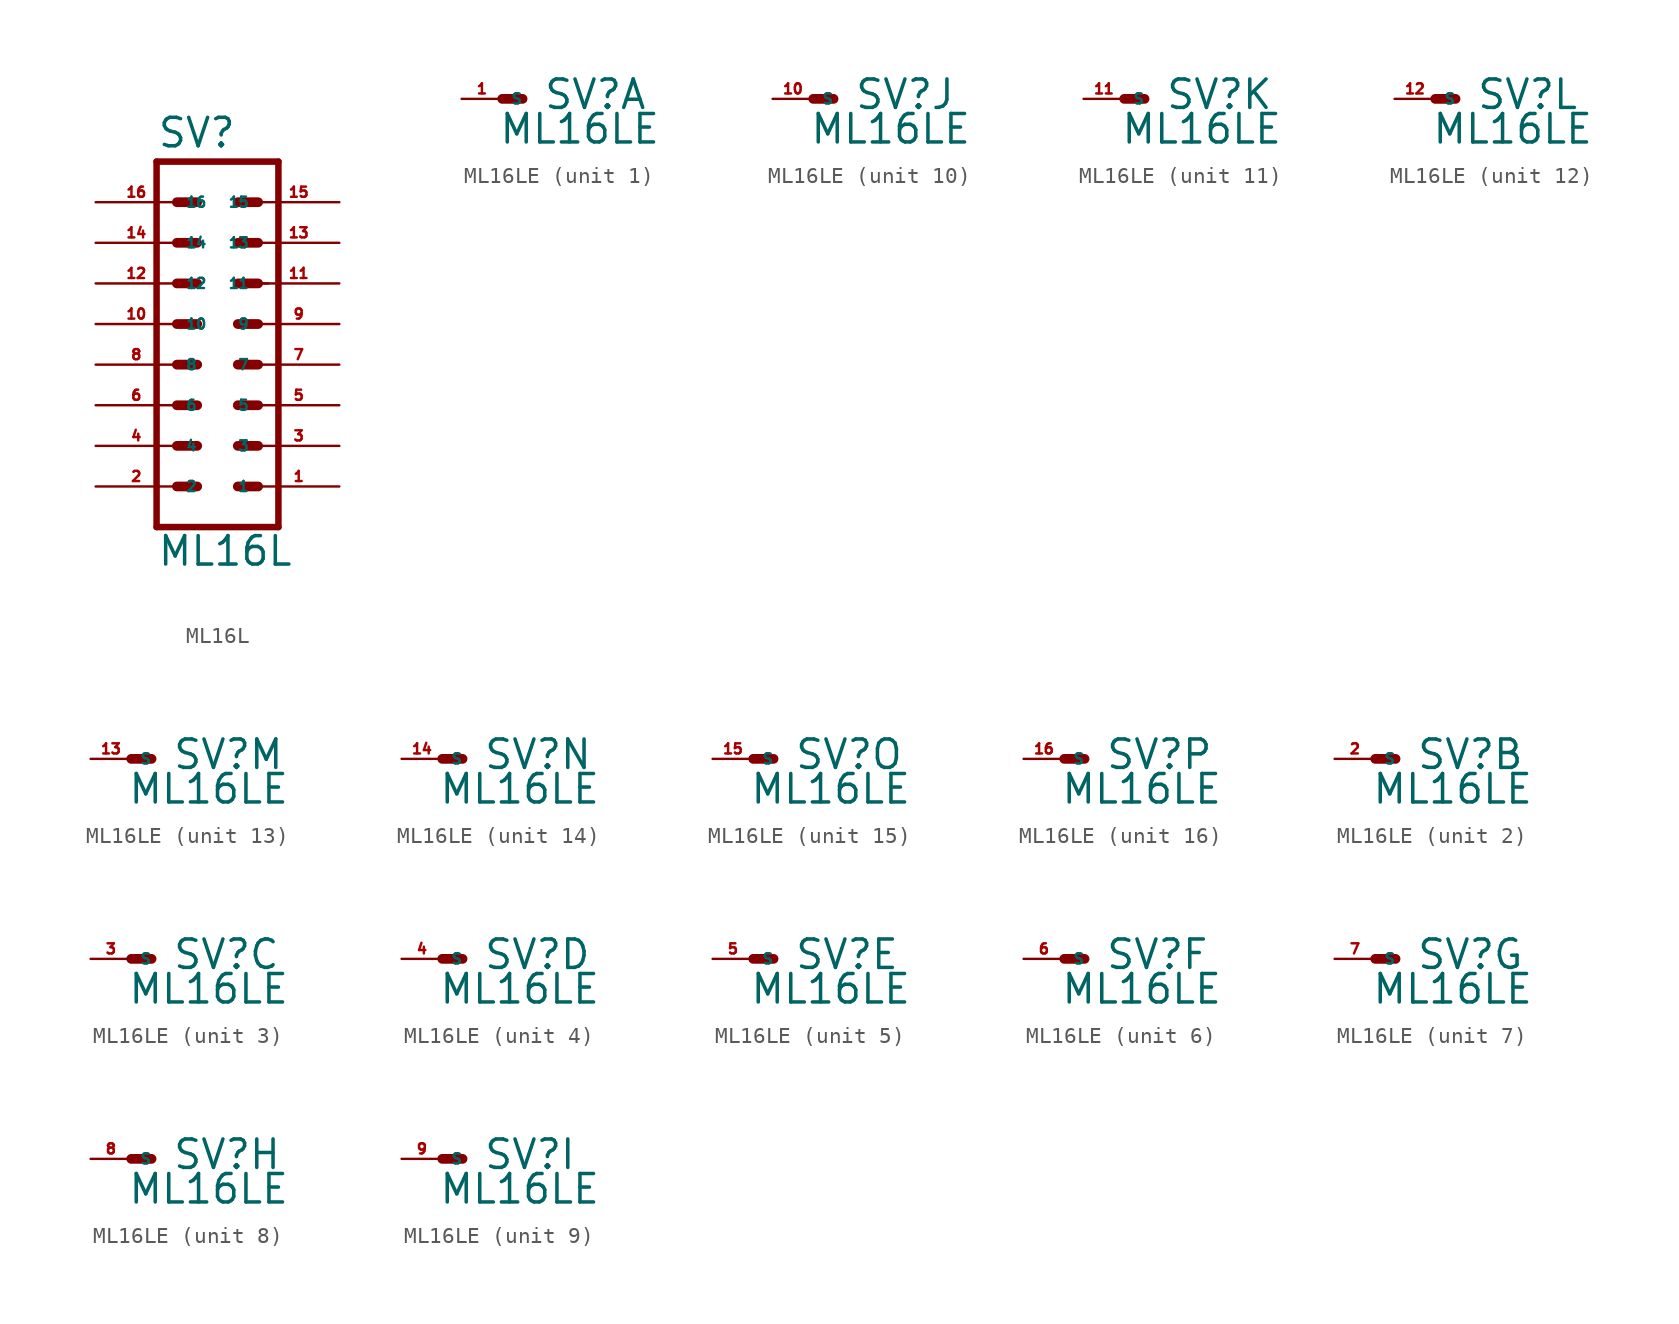
<source format=kicad_sym>
(kicad_symbol_lib
  (version 20220914)
  (generator Eagle2Kicad)
  (symbol "ML16L"
    (property "Reference" "SV"
      (at -3.81 10.922 0)
      (effects (font (size 1.778 1.778) (thickness 0.22)) (justify left bottom)))
    (property "Value" "ML16L"
      (at -3.81 -15.24 0)
      (effects (font (size 1.778 1.778) (thickness 0.22)) (justify left bottom)))
    (polyline
      (pts (xy 3.81 -12.7) (xy -3.81 -12.7))
      (stroke (width 0.406) (type default))
      (fill (type none)))
    (polyline
      (pts (xy -3.81 10.16) (xy -3.81 -12.7))
      (stroke (width 0.406) (type default))
      (fill (type none)))
    (polyline
      (pts (xy -3.81 10.16) (xy 3.81 10.16))
      (stroke (width 0.406) (type default))
      (fill (type none)))
    (polyline
      (pts (xy 3.81 -12.7) (xy 3.81 10.16))
      (stroke (width 0.406) (type default))
      (fill (type none)))
    (polyline
      (pts (xy 2.54 2.54) (xy 3.175 2.54))
      (stroke (width 0.152) (type default))
      (fill (type none)))
    (polyline
      (pts (xy 1.27 0) (xy 2.54 0))
      (stroke (width 0.61) (type default))
      (fill (type none)))
    (polyline
      (pts (xy 1.27 -2.54) (xy 2.54 -2.54))
      (stroke (width 0.61) (type default))
      (fill (type none)))
    (polyline
      (pts (xy 1.27 -5.08) (xy 2.54 -5.08))
      (stroke (width 0.61) (type default))
      (fill (type none)))
    (polyline
      (pts (xy 1.27 -7.62) (xy 2.54 -7.62))
      (stroke (width 0.61) (type default))
      (fill (type none)))
    (polyline
      (pts (xy 1.27 -10.16) (xy 2.54 -10.16))
      (stroke (width 0.61) (type default))
      (fill (type none)))
    (polyline
      (pts (xy -2.54 0) (xy -1.27 0))
      (stroke (width 0.61) (type default))
      (fill (type none)))
    (polyline
      (pts (xy -2.54 -2.54) (xy -1.27 -2.54))
      (stroke (width 0.61) (type default))
      (fill (type none)))
    (polyline
      (pts (xy -2.54 -5.08) (xy -1.27 -5.08))
      (stroke (width 0.61) (type default))
      (fill (type none)))
    (polyline
      (pts (xy -2.54 -7.62) (xy -1.27 -7.62))
      (stroke (width 0.61) (type default))
      (fill (type none)))
    (polyline
      (pts (xy -2.54 -10.16) (xy -1.27 -10.16))
      (stroke (width 0.61) (type default))
      (fill (type none)))
    (polyline
      (pts (xy 1.27 2.54) (xy 2.54 2.54))
      (stroke (width 0.61) (type default))
      (fill (type none)))
    (polyline
      (pts (xy 1.27 5.08) (xy 2.54 5.08))
      (stroke (width 0.61) (type default))
      (fill (type none)))
    (polyline
      (pts (xy 1.27 7.62) (xy 2.54 7.62))
      (stroke (width 0.61) (type default))
      (fill (type none)))
    (polyline
      (pts (xy -2.54 2.54) (xy -1.27 2.54))
      (stroke (width 0.61) (type default))
      (fill (type none)))
    (polyline
      (pts (xy -2.54 5.08) (xy -1.27 5.08))
      (stroke (width 0.61) (type default))
      (fill (type none)))
    (polyline
      (pts (xy -2.54 7.62) (xy -1.27 7.62))
      (stroke (width 0.61) (type default))
      (fill (type none)))
    (pin passive line
      (at 7.62 -10.16 180)
      (length 5.08)
      (name "1" (effects (font (size 0.635 0.635) (thickness 0.08)) (justify left bottom)))
      (number "1" (effects (font (size 0.635 0.635) (thickness 0.08)) (justify left bottom))))
    (pin passive line
      (at 7.62 -7.62 180)
      (length 5.08)
      (name "3" (effects (font (size 0.635 0.635) (thickness 0.08)) (justify left bottom)))
      (number "3" (effects (font (size 0.635 0.635) (thickness 0.08)) (justify left bottom))))
    (pin passive line
      (at 7.62 -5.08 180)
      (length 5.08)
      (name "5" (effects (font (size 0.635 0.635) (thickness 0.08)) (justify left bottom)))
      (number "5" (effects (font (size 0.635 0.635) (thickness 0.08)) (justify left bottom))))
    (pin passive line
      (at 7.62 -2.54 180)
      (length 5.08)
      (name "7" (effects (font (size 0.635 0.635) (thickness 0.08)) (justify left bottom)))
      (number "7" (effects (font (size 0.635 0.635) (thickness 0.08)) (justify left bottom))))
    (pin passive line
      (at 7.62 0 180)
      (length 5.08)
      (name "9" (effects (font (size 0.635 0.635) (thickness 0.08)) (justify left bottom)))
      (number "9" (effects (font (size 0.635 0.635) (thickness 0.08)) (justify left bottom))))
    (pin passive line
      (at 7.62 2.54 180)
      (length 5.08)
      (name "11" (effects (font (size 0.635 0.635) (thickness 0.08)) (justify left bottom)))
      (number "11" (effects (font (size 0.635 0.635) (thickness 0.08)) (justify left bottom))))
    (pin passive line
      (at 7.62 5.08 180)
      (length 5.08)
      (name "13" (effects (font (size 0.635 0.635) (thickness 0.08)) (justify left bottom)))
      (number "13" (effects (font (size 0.635 0.635) (thickness 0.08)) (justify left bottom))))
    (pin passive line
      (at 7.62 7.62 180)
      (length 5.08)
      (name "15" (effects (font (size 0.635 0.635) (thickness 0.08)) (justify left bottom)))
      (number "15" (effects (font (size 0.635 0.635) (thickness 0.08)) (justify left bottom))))
    (pin passive line
      (at -7.62 -10.16 0)
      (length 5.08)
      (name "2" (effects (font (size 0.635 0.635) (thickness 0.08)) (justify left bottom)))
      (number "2" (effects (font (size 0.635 0.635) (thickness 0.08)) (justify left bottom))))
    (pin passive line
      (at -7.62 -7.62 0)
      (length 5.08)
      (name "4" (effects (font (size 0.635 0.635) (thickness 0.08)) (justify left bottom)))
      (number "4" (effects (font (size 0.635 0.635) (thickness 0.08)) (justify left bottom))))
    (pin passive line
      (at -7.62 -5.08 0)
      (length 5.08)
      (name "6" (effects (font (size 0.635 0.635) (thickness 0.08)) (justify left bottom)))
      (number "6" (effects (font (size 0.635 0.635) (thickness 0.08)) (justify left bottom))))
    (pin passive line
      (at -7.62 -2.54 0)
      (length 5.08)
      (name "8" (effects (font (size 0.635 0.635) (thickness 0.08)) (justify left bottom)))
      (number "8" (effects (font (size 0.635 0.635) (thickness 0.08)) (justify left bottom))))
    (pin passive line
      (at -7.62 0 0)
      (length 5.08)
      (name "10" (effects (font (size 0.635 0.635) (thickness 0.08)) (justify left bottom)))
      (number "10" (effects (font (size 0.635 0.635) (thickness 0.08)) (justify left bottom))))
    (pin passive line
      (at -7.62 2.54 0)
      (length 5.08)
      (name "12" (effects (font (size 0.635 0.635) (thickness 0.08)) (justify left bottom)))
      (number "12" (effects (font (size 0.635 0.635) (thickness 0.08)) (justify left bottom))))
    (pin passive line
      (at -7.62 5.08 0)
      (length 5.08)
      (name "14" (effects (font (size 0.635 0.635) (thickness 0.08)) (justify left bottom)))
      (number "14" (effects (font (size 0.635 0.635) (thickness 0.08)) (justify left bottom))))
    (pin passive line
      (at -7.62 7.62 0)
      (length 5.08)
      (name "16" (effects (font (size 0.635 0.635) (thickness 0.08)) (justify left bottom)))
      (number "16" (effects (font (size 0.635 0.635) (thickness 0.08)) (justify left bottom)))))
  (symbol "ML16LE"
    (property "Reference" "SV"
      (at 2.54 -0.762 0)
      (effects (font (size 1.778 1.778) (thickness 0.22)) (justify left bottom)))
    (property "Value" "ML16LE"
      (at -0.254 -2.921 0)
      (effects (font (size 1.778 1.778) (thickness 0.22)) (justify left bottom)))
    (symbol "ML16LE_1_0"
      (polyline (pts (xy 1.27 0) (xy 0 0)) (stroke (width 0.61) (type default)) (fill (type none)))
      (pin passive line (at -2.54 0 0) (length 2.54) (name "S" (effects (font (size 0.635 0.635) (thickness 0.08)) (justify left bottom))) (number "1" (effects (font (size 0.635 0.635) (thickness 0.08)) (justify left bottom)))))
    (symbol "ML16LE_2_0"
      (polyline (pts (xy 1.27 0) (xy 0 0)) (stroke (width 0.61) (type default)) (fill (type none)))
      (pin passive line (at -2.54 0 0) (length 2.54) (name "S" (effects (font (size 0.635 0.635) (thickness 0.08)) (justify left bottom))) (number "2" (effects (font (size 0.635 0.635) (thickness 0.08)) (justify left bottom)))))
    (symbol "ML16LE_3_0"
      (polyline (pts (xy 1.27 0) (xy 0 0)) (stroke (width 0.61) (type default)) (fill (type none)))
      (pin passive line (at -2.54 0 0) (length 2.54) (name "S" (effects (font (size 0.635 0.635) (thickness 0.08)) (justify left bottom))) (number "3" (effects (font (size 0.635 0.635) (thickness 0.08)) (justify left bottom)))))
    (symbol "ML16LE_4_0"
      (polyline (pts (xy 1.27 0) (xy 0 0)) (stroke (width 0.61) (type default)) (fill (type none)))
      (pin passive line (at -2.54 0 0) (length 2.54) (name "S" (effects (font (size 0.635 0.635) (thickness 0.08)) (justify left bottom))) (number "4" (effects (font (size 0.635 0.635) (thickness 0.08)) (justify left bottom)))))
    (symbol "ML16LE_5_0"
      (polyline (pts (xy 1.27 0) (xy 0 0)) (stroke (width 0.61) (type default)) (fill (type none)))
      (pin passive line (at -2.54 0 0) (length 2.54) (name "S" (effects (font (size 0.635 0.635) (thickness 0.08)) (justify left bottom))) (number "5" (effects (font (size 0.635 0.635) (thickness 0.08)) (justify left bottom)))))
    (symbol "ML16LE_6_0"
      (polyline (pts (xy 1.27 0) (xy 0 0)) (stroke (width 0.61) (type default)) (fill (type none)))
      (pin passive line (at -2.54 0 0) (length 2.54) (name "S" (effects (font (size 0.635 0.635) (thickness 0.08)) (justify left bottom))) (number "6" (effects (font (size 0.635 0.635) (thickness 0.08)) (justify left bottom)))))
    (symbol "ML16LE_7_0"
      (polyline (pts (xy 1.27 0) (xy 0 0)) (stroke (width 0.61) (type default)) (fill (type none)))
      (pin passive line (at -2.54 0 0) (length 2.54) (name "S" (effects (font (size 0.635 0.635) (thickness 0.08)) (justify left bottom))) (number "7" (effects (font (size 0.635 0.635) (thickness 0.08)) (justify left bottom)))))
    (symbol "ML16LE_8_0"
      (polyline (pts (xy 1.27 0) (xy 0 0)) (stroke (width 0.61) (type default)) (fill (type none)))
      (pin passive line (at -2.54 0 0) (length 2.54) (name "S" (effects (font (size 0.635 0.635) (thickness 0.08)) (justify left bottom))) (number "8" (effects (font (size 0.635 0.635) (thickness 0.08)) (justify left bottom)))))
    (symbol "ML16LE_9_0"
      (polyline (pts (xy 1.27 0) (xy 0 0)) (stroke (width 0.61) (type default)) (fill (type none)))
      (pin passive line (at -2.54 0 0) (length 2.54) (name "S" (effects (font (size 0.635 0.635) (thickness 0.08)) (justify left bottom))) (number "9" (effects (font (size 0.635 0.635) (thickness 0.08)) (justify left bottom)))))
    (symbol "ML16LE_10_0"
      (polyline (pts (xy 1.27 0) (xy 0 0)) (stroke (width 0.61) (type default)) (fill (type none)))
      (pin passive line (at -2.54 0 0) (length 2.54) (name "S" (effects (font (size 0.635 0.635) (thickness 0.08)) (justify left bottom))) (number "10" (effects (font (size 0.635 0.635) (thickness 0.08)) (justify left bottom)))))
    (symbol "ML16LE_11_0"
      (polyline (pts (xy 1.27 0) (xy 0 0)) (stroke (width 0.61) (type default)) (fill (type none)))
      (pin passive line (at -2.54 0 0) (length 2.54) (name "S" (effects (font (size 0.635 0.635) (thickness 0.08)) (justify left bottom))) (number "11" (effects (font (size 0.635 0.635) (thickness 0.08)) (justify left bottom)))))
    (symbol "ML16LE_12_0"
      (polyline (pts (xy 1.27 0) (xy 0 0)) (stroke (width 0.61) (type default)) (fill (type none)))
      (pin passive line (at -2.54 0 0) (length 2.54) (name "S" (effects (font (size 0.635 0.635) (thickness 0.08)) (justify left bottom))) (number "12" (effects (font (size 0.635 0.635) (thickness 0.08)) (justify left bottom)))))
    (symbol "ML16LE_13_0"
      (polyline (pts (xy 1.27 0) (xy 0 0)) (stroke (width 0.61) (type default)) (fill (type none)))
      (pin passive line (at -2.54 0 0) (length 2.54) (name "S" (effects (font (size 0.635 0.635) (thickness 0.08)) (justify left bottom))) (number "13" (effects (font (size 0.635 0.635) (thickness 0.08)) (justify left bottom)))))
    (symbol "ML16LE_14_0"
      (polyline (pts (xy 1.27 0) (xy 0 0)) (stroke (width 0.61) (type default)) (fill (type none)))
      (pin passive line (at -2.54 0 0) (length 2.54) (name "S" (effects (font (size 0.635 0.635) (thickness 0.08)) (justify left bottom))) (number "14" (effects (font (size 0.635 0.635) (thickness 0.08)) (justify left bottom)))))
    (symbol "ML16LE_15_0"
      (polyline (pts (xy 1.27 0) (xy 0 0)) (stroke (width 0.61) (type default)) (fill (type none)))
      (pin passive line (at -2.54 0 0) (length 2.54) (name "S" (effects (font (size 0.635 0.635) (thickness 0.08)) (justify left bottom))) (number "15" (effects (font (size 0.635 0.635) (thickness 0.08)) (justify left bottom)))))
    (symbol "ML16LE_16_0"
      (polyline (pts (xy 1.27 0) (xy 0 0)) (stroke (width 0.61) (type default)) (fill (type none)))
      (pin passive line (at -2.54 0 0) (length 2.54) (name "S" (effects (font (size 0.635 0.635) (thickness 0.08)) (justify left bottom))) (number "16" (effects (font (size 0.635 0.635) (thickness 0.08)) (justify left bottom)))))))
</source>
